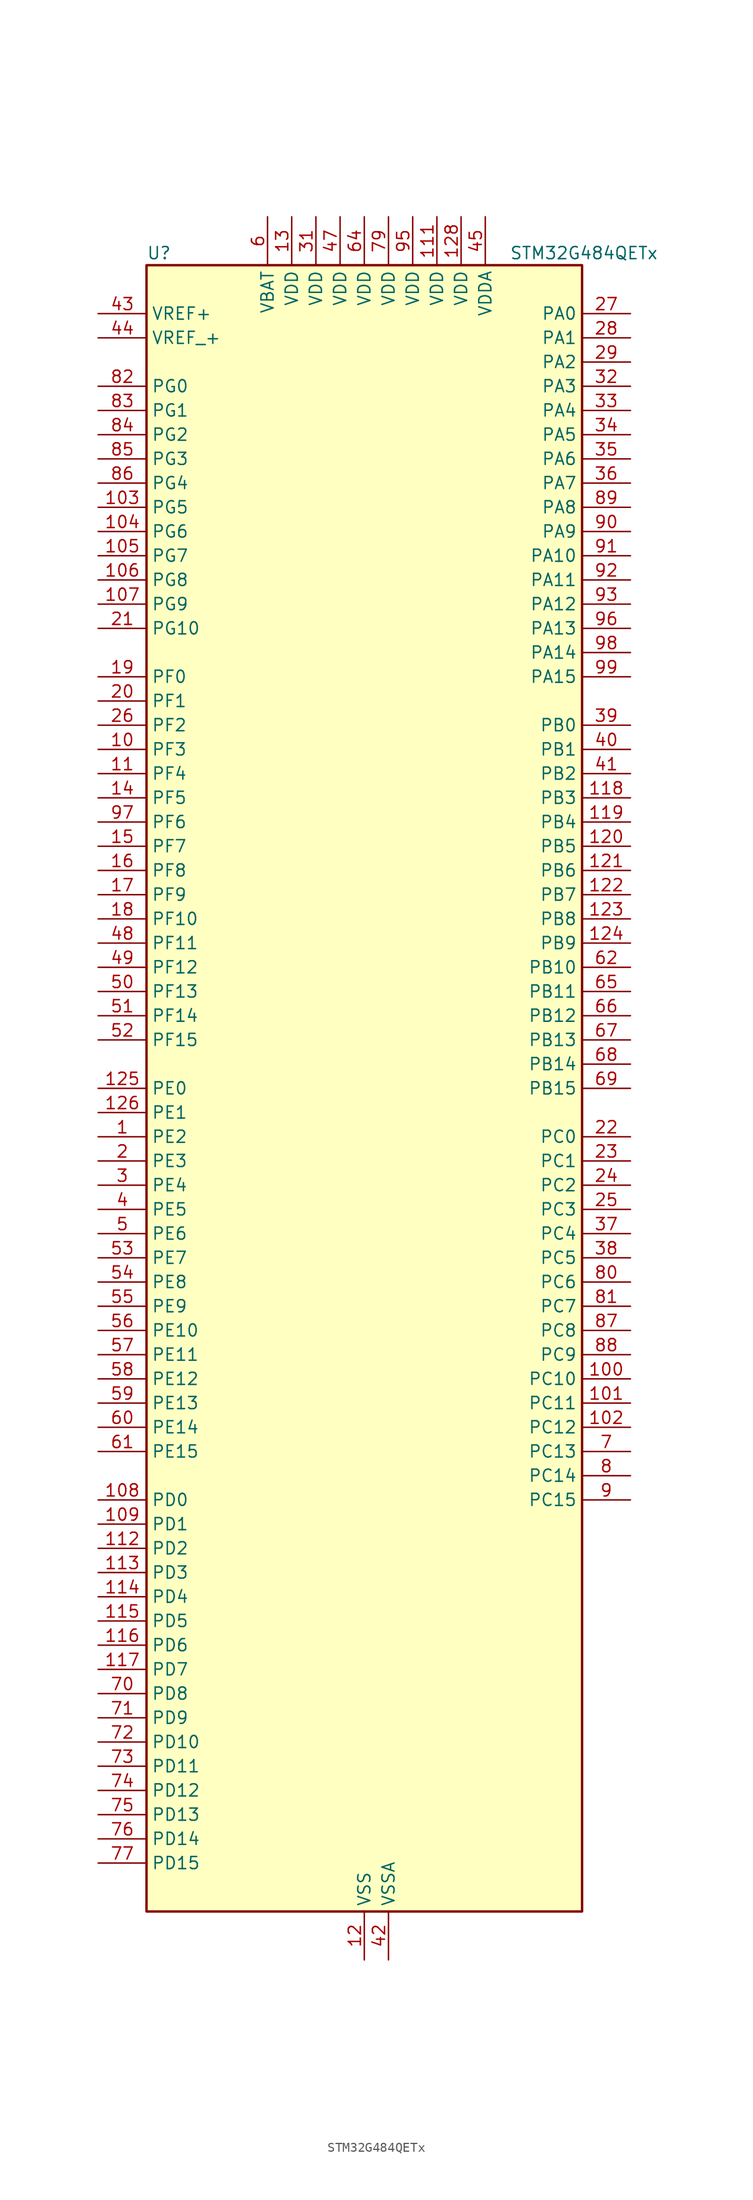
<source format=kicad_sym>
(kicad_symbol_lib
  (version 20241209)
  (generator "kicad_symbol_editor")
  (generator_version "9.0")
  (symbol "STM32G484QETx"
    (property "Reference" "U"
      (at -22.86 87.63 0)
      (effects (font (size 1.27 1.27)) (justify left)))
    (property "Value" "STM32G484QETx"
      (at 15.24 87.63 0)
      (effects (font (size 1.27 1.27)) (justify left)))
    (symbol "STM32G484QETx_0_1"
      (rectangle (start -22.86 -86.36) (end 22.86 86.36) (stroke (width 0.254) (type default)) (fill (type background))))
    (symbol "STM32G484QETx_1_1"
      (pin input line (at -27.94 81.28 0) (length 5.08) (name "VREF+" (effects (font (size 1.27 1.27)))) (number "43" (effects (font (size 1.27 1.27)))) (alternate "VREFBUF_OUT1" bidirectional line))
      (pin input line (at -27.94 78.74 0) (length 5.08) (name "VREF_+" (effects (font (size 1.27 1.27)))) (number "44" (effects (font (size 1.27 1.27)))) (alternate "VREFBUF_OUT2" bidirectional line))
      (pin bidirectional line (at -27.94 73.66 0) (length 5.08) (name "PG0" (effects (font (size 1.27 1.27)))) (number "82" (effects (font (size 1.27 1.27)))) (alternate "FMC_A10" bidirectional line) (alternate "TIM20_CH1N" bidirectional line))
      (pin bidirectional line (at -27.94 71.12 0) (length 5.08) (name "PG1" (effects (font (size 1.27 1.27)))) (number "83" (effects (font (size 1.27 1.27)))) (alternate "FMC_A11" bidirectional line) (alternate "TIM20_CH2N" bidirectional line))
      (pin bidirectional line (at -27.94 68.58 0) (length 5.08) (name "PG2" (effects (font (size 1.27 1.27)))) (number "84" (effects (font (size 1.27 1.27)))) (alternate "ADC3_EXTI2" bidirectional line) (alternate "ADC4_EXTI2" bidirectional line) (alternate "ADC5_EXTI2" bidirectional line) (alternate "FMC_A12" bidirectional line) (alternate "SPI1_SCK" bidirectional line) (alternate "TIM20_CH3N" bidirectional line))
      (pin bidirectional line (at -27.94 66.04 0) (length 5.08) (name "PG3" (effects (font (size 1.27 1.27)))) (number "85" (effects (font (size 1.27 1.27)))) (alternate "ADC3_EXTI3" bidirectional line) (alternate "ADC4_EXTI3" bidirectional line) (alternate "ADC5_EXTI3" bidirectional line) (alternate "FMC_A13" bidirectional line) (alternate "I2C4_SCL" bidirectional line) (alternate "SPI1_MISO" bidirectional line) (alternate "TIM20_BKIN" bidirectional line) (alternate "TIM20_CH4N" bidirectional line))
      (pin bidirectional line (at -27.94 63.5 0) (length 5.08) (name "PG4" (effects (font (size 1.27 1.27)))) (number "86" (effects (font (size 1.27 1.27)))) (alternate "FMC_A14" bidirectional line) (alternate "I2C4_SDA" bidirectional line) (alternate "SPI1_MOSI" bidirectional line) (alternate "TIM20_BKIN2" bidirectional line))
      (pin bidirectional line (at -27.94 60.96 0) (length 5.08) (name "PG5" (effects (font (size 1.27 1.27)))) (number "103" (effects (font (size 1.27 1.27)))) (alternate "FMC_A15" bidirectional line) (alternate "LPUART1_CTS" bidirectional line) (alternate "SPI1_NSS" bidirectional line) (alternate "TIM20_ETR" bidirectional line))
      (pin bidirectional line (at -27.94 58.42 0) (length 5.08) (name "PG6" (effects (font (size 1.27 1.27)))) (number "104" (effects (font (size 1.27 1.27)))) (alternate "FMC_INT" bidirectional line) (alternate "I2C3_SMBA" bidirectional line) (alternate "LPUART1_DE" bidirectional line) (alternate "LPUART1_RTS" bidirectional line) (alternate "TIM20_BKIN" bidirectional line))
      (pin bidirectional line (at -27.94 55.88 0) (length 5.08) (name "PG7" (effects (font (size 1.27 1.27)))) (number "105" (effects (font (size 1.27 1.27)))) (alternate "FMC_INT" bidirectional line) (alternate "I2C3_SCL" bidirectional line) (alternate "LPUART1_TX" bidirectional line) (alternate "SAI1_CK1" bidirectional line) (alternate "SAI1_MCLK_A" bidirectional line))
      (pin bidirectional line (at -27.94 53.34 0) (length 5.08) (name "PG8" (effects (font (size 1.27 1.27)))) (number "106" (effects (font (size 1.27 1.27)))) (alternate "FMC_NE3" bidirectional line) (alternate "I2C3_SDA" bidirectional line) (alternate "LPUART1_RX" bidirectional line))
      (pin bidirectional line (at -27.94 50.8 0) (length 5.08) (name "PG9" (effects (font (size 1.27 1.27)))) (number "107" (effects (font (size 1.27 1.27)))) (alternate "DAC1_EXTI9" bidirectional line) (alternate "DAC2_EXTI9" bidirectional line) (alternate "DAC3_EXTI9" bidirectional line) (alternate "DAC4_EXTI9" bidirectional line) (alternate "FMC_NCE" bidirectional line) (alternate "FMC_NE2" bidirectional line) (alternate "SPI3_SCK" bidirectional line) (alternate "TIM15_CH1N" bidirectional line) (alternate "USART1_TX" bidirectional line))
      (pin bidirectional line (at -27.94 48.26 0) (length 5.08) (name "PG10" (effects (font (size 1.27 1.27)))) (number "21" (effects (font (size 1.27 1.27)))) (alternate "DAC1_EXTI10" bidirectional line) (alternate "DAC2_EXTI10" bidirectional line) (alternate "DAC3_EXTI10" bidirectional line) (alternate "DAC4_EXTI10" bidirectional line) (alternate "RCC_MCO" bidirectional line))
      (pin bidirectional line (at -27.94 43.18 0) (length 5.08) (name "PF0" (effects (font (size 1.27 1.27)))) (number "19" (effects (font (size 1.27 1.27)))) (alternate "ADC1_IN10" bidirectional line) (alternate "I2C2_SDA" bidirectional line) (alternate "I2S2_WS" bidirectional line) (alternate "RCC_OSC_IN" bidirectional line) (alternate "SPI2_NSS" bidirectional line) (alternate "TIM1_CH3N" bidirectional line))
      (pin bidirectional line (at -27.94 40.64 0) (length 5.08) (name "PF1" (effects (font (size 1.27 1.27)))) (number "20" (effects (font (size 1.27 1.27)))) (alternate "ADC2_IN10" bidirectional line) (alternate "COMP3_INM" bidirectional line) (alternate "I2S2_CK" bidirectional line) (alternate "RCC_OSC_OUT" bidirectional line) (alternate "SPI2_SCK" bidirectional line))
      (pin bidirectional line (at -27.94 38.1 0) (length 5.08) (name "PF2" (effects (font (size 1.27 1.27)))) (number "26" (effects (font (size 1.27 1.27)))) (alternate "ADC3_EXTI2" bidirectional line) (alternate "ADC4_EXTI2" bidirectional line) (alternate "ADC5_EXTI2" bidirectional line) (alternate "FMC_A2" bidirectional line) (alternate "I2C2_SMBA" bidirectional line) (alternate "TIM20_CH3" bidirectional line))
      (pin bidirectional line (at -27.94 35.56 0) (length 5.08) (name "PF3" (effects (font (size 1.27 1.27)))) (number "10" (effects (font (size 1.27 1.27)))) (alternate "ADC3_EXTI3" bidirectional line) (alternate "ADC4_EXTI3" bidirectional line) (alternate "ADC5_EXTI3" bidirectional line) (alternate "FMC_A3" bidirectional line) (alternate "I2C3_SCL" bidirectional line) (alternate "TIM20_CH4" bidirectional line))
      (pin bidirectional line (at -27.94 33.02 0) (length 5.08) (name "PF4" (effects (font (size 1.27 1.27)))) (number "11" (effects (font (size 1.27 1.27)))) (alternate "COMP1_OUT" bidirectional line) (alternate "FMC_A4" bidirectional line) (alternate "I2C3_SDA" bidirectional line) (alternate "TIM20_CH1N" bidirectional line))
      (pin bidirectional line (at -27.94 30.48 0) (length 5.08) (name "PF5" (effects (font (size 1.27 1.27)))) (number "14" (effects (font (size 1.27 1.27)))) (alternate "FMC_A5" bidirectional line) (alternate "TIM20_CH2N" bidirectional line))
      (pin bidirectional line (at -27.94 27.94 0) (length 5.08) (name "PF6" (effects (font (size 1.27 1.27)))) (number "97" (effects (font (size 1.27 1.27)))) (alternate "I2C2_SCL" bidirectional line) (alternate "QUADSPI1_BK1_IO3" bidirectional line) (alternate "SAI1_SD_B" bidirectional line) (alternate "TIM4_CH4" bidirectional line) (alternate "TIM5_CH1" bidirectional line) (alternate "TIM5_ETR" bidirectional line) (alternate "USART3_RTS" bidirectional line))
      (pin bidirectional line (at -27.94 25.4 0) (length 5.08) (name "PF7" (effects (font (size 1.27 1.27)))) (number "15" (effects (font (size 1.27 1.27)))) (alternate "FMC_A1" bidirectional line) (alternate "QUADSPI1_BK1_IO2" bidirectional line) (alternate "SAI1_MCLK_B" bidirectional line) (alternate "TIM20_BKIN" bidirectional line) (alternate "TIM5_CH2" bidirectional line))
      (pin bidirectional line (at -27.94 22.86 0) (length 5.08) (name "PF8" (effects (font (size 1.27 1.27)))) (number "16" (effects (font (size 1.27 1.27)))) (alternate "FMC_A24" bidirectional line) (alternate "QUADSPI1_BK1_IO0" bidirectional line) (alternate "SAI1_SCK_B" bidirectional line) (alternate "TIM20_BKIN2" bidirectional line) (alternate "TIM5_CH3" bidirectional line))
      (pin bidirectional line (at -27.94 20.32 0) (length 5.08) (name "PF9" (effects (font (size 1.27 1.27)))) (number "17" (effects (font (size 1.27 1.27)))) (alternate "DAC1_EXTI9" bidirectional line) (alternate "DAC2_EXTI9" bidirectional line) (alternate "DAC3_EXTI9" bidirectional line) (alternate "DAC4_EXTI9" bidirectional line) (alternate "FMC_A25" bidirectional line) (alternate "QUADSPI1_BK1_IO1" bidirectional line) (alternate "SAI1_FS_B" bidirectional line) (alternate "SPI2_SCK" bidirectional line) (alternate "TIM15_CH1" bidirectional line) (alternate "TIM20_BKIN" bidirectional line) (alternate "TIM5_CH4" bidirectional line))
      (pin bidirectional line (at -27.94 17.78 0) (length 5.08) (name "PF10" (effects (font (size 1.27 1.27)))) (number "18" (effects (font (size 1.27 1.27)))) (alternate "DAC1_EXTI10" bidirectional line) (alternate "DAC2_EXTI10" bidirectional line) (alternate "DAC3_EXTI10" bidirectional line) (alternate "DAC4_EXTI10" bidirectional line) (alternate "FMC_A0" bidirectional line) (alternate "QUADSPI1_CLK" bidirectional line) (alternate "SAI1_D3" bidirectional line) (alternate "SPI2_SCK" bidirectional line) (alternate "TIM15_CH2" bidirectional line) (alternate "TIM20_BKIN2" bidirectional line))
      (pin bidirectional line (at -27.94 15.24 0) (length 5.08) (name "PF11" (effects (font (size 1.27 1.27)))) (number "48" (effects (font (size 1.27 1.27)))) (alternate "ADC1_EXTI11" bidirectional line) (alternate "ADC2_EXTI11" bidirectional line) (alternate "FMC_NE4" bidirectional line) (alternate "TIM20_ETR" bidirectional line))
      (pin bidirectional line (at -27.94 12.7 0) (length 5.08) (name "PF12" (effects (font (size 1.27 1.27)))) (number "49" (effects (font (size 1.27 1.27)))) (alternate "FMC_A6" bidirectional line) (alternate "TIM20_CH1" bidirectional line))
      (pin bidirectional line (at -27.94 10.16 0) (length 5.08) (name "PF13" (effects (font (size 1.27 1.27)))) (number "50" (effects (font (size 1.27 1.27)))) (alternate "FMC_A7" bidirectional line) (alternate "I2C4_SMBA" bidirectional line) (alternate "TIM20_CH2" bidirectional line))
      (pin bidirectional line (at -27.94 7.62 0) (length 5.08) (name "PF14" (effects (font (size 1.27 1.27)))) (number "51" (effects (font (size 1.27 1.27)))) (alternate "FMC_A8" bidirectional line) (alternate "I2C4_SCL" bidirectional line) (alternate "TIM20_CH3" bidirectional line))
      (pin bidirectional line (at -27.94 5.08 0) (length 5.08) (name "PF15" (effects (font (size 1.27 1.27)))) (number "52" (effects (font (size 1.27 1.27)))) (alternate "ADC1_EXTI15" bidirectional line) (alternate "ADC2_EXTI15" bidirectional line) (alternate "FMC_A9" bidirectional line) (alternate "I2C4_SDA" bidirectional line) (alternate "TIM20_CH4" bidirectional line))
      (pin bidirectional line (at -27.94 0 0) (length 5.08) (name "PE0" (effects (font (size 1.27 1.27)))) (number "125" (effects (font (size 1.27 1.27)))) (alternate "FMC_NBL0" bidirectional line) (alternate "TIM16_CH1" bidirectional line) (alternate "TIM20_CH4N" bidirectional line) (alternate "TIM20_ETR" bidirectional line) (alternate "TIM4_ETR" bidirectional line) (alternate "USART1_TX" bidirectional line))
      (pin bidirectional line (at -27.94 -2.54 0) (length 5.08) (name "PE1" (effects (font (size 1.27 1.27)))) (number "126" (effects (font (size 1.27 1.27)))) (alternate "FMC_NBL1" bidirectional line) (alternate "TIM17_CH1" bidirectional line) (alternate "TIM20_CH4" bidirectional line) (alternate "USART1_RX" bidirectional line))
      (pin bidirectional line (at -27.94 -5.08 0) (length 5.08) (name "PE2" (effects (font (size 1.27 1.27)))) (number "1" (effects (font (size 1.27 1.27)))) (alternate "ADC3_EXTI2" bidirectional line) (alternate "ADC4_EXTI2" bidirectional line) (alternate "ADC5_EXTI2" bidirectional line) (alternate "FMC_A23" bidirectional line) (alternate "SAI1_CK1" bidirectional line) (alternate "SAI1_MCLK_A" bidirectional line) (alternate "SPI4_SCK" bidirectional line) (alternate "SYS_TRACECLK" bidirectional line) (alternate "TIM20_CH1" bidirectional line) (alternate "TIM3_CH1" bidirectional line))
      (pin bidirectional line (at -27.94 -7.62 0) (length 5.08) (name "PE3" (effects (font (size 1.27 1.27)))) (number "2" (effects (font (size 1.27 1.27)))) (alternate "ADC3_EXTI3" bidirectional line) (alternate "ADC4_EXTI3" bidirectional line) (alternate "ADC5_EXTI3" bidirectional line) (alternate "FMC_A19" bidirectional line) (alternate "SAI1_SD_B" bidirectional line) (alternate "SPI4_NSS" bidirectional line) (alternate "SYS_TRACED0" bidirectional line) (alternate "TIM20_CH2" bidirectional line) (alternate "TIM3_CH2" bidirectional line))
      (pin bidirectional line (at -27.94 -10.16 0) (length 5.08) (name "PE4" (effects (font (size 1.27 1.27)))) (number "3" (effects (font (size 1.27 1.27)))) (alternate "FMC_A20" bidirectional line) (alternate "SAI1_D2" bidirectional line) (alternate "SAI1_FS_A" bidirectional line) (alternate "SPI4_NSS" bidirectional line) (alternate "SYS_TRACED1" bidirectional line) (alternate "TIM20_CH1N" bidirectional line) (alternate "TIM3_CH3" bidirectional line))
      (pin bidirectional line (at -27.94 -12.7 0) (length 5.08) (name "PE5" (effects (font (size 1.27 1.27)))) (number "4" (effects (font (size 1.27 1.27)))) (alternate "FMC_A21" bidirectional line) (alternate "SAI1_CK2" bidirectional line) (alternate "SAI1_SCK_A" bidirectional line) (alternate "SPI4_MISO" bidirectional line) (alternate "SYS_TRACED2" bidirectional line) (alternate "TIM20_CH2N" bidirectional line) (alternate "TIM3_CH4" bidirectional line))
      (pin bidirectional line (at -27.94 -15.24 0) (length 5.08) (name "PE6" (effects (font (size 1.27 1.27)))) (number "5" (effects (font (size 1.27 1.27)))) (alternate "FMC_A22" bidirectional line) (alternate "RTC_TAMP3" bidirectional line) (alternate "SAI1_D1" bidirectional line) (alternate "SAI1_SD_A" bidirectional line) (alternate "SPI4_MOSI" bidirectional line) (alternate "SYS_TRACED3" bidirectional line) (alternate "SYS_WKUP3" bidirectional line) (alternate "TIM20_CH3N" bidirectional line))
      (pin bidirectional line (at -27.94 -17.78 0) (length 5.08) (name "PE7" (effects (font (size 1.27 1.27)))) (number "53" (effects (font (size 1.27 1.27)))) (alternate "ADC3_IN4" bidirectional line) (alternate "COMP4_INP" bidirectional line) (alternate "FMC_D4" bidirectional line) (alternate "FMC_DA4" bidirectional line) (alternate "SAI1_SD_B" bidirectional line) (alternate "TIM1_ETR" bidirectional line))
      (pin bidirectional line (at -27.94 -20.32 0) (length 5.08) (name "PE8" (effects (font (size 1.27 1.27)))) (number "54" (effects (font (size 1.27 1.27)))) (alternate "ADC3_IN6" bidirectional line) (alternate "ADC4_IN6" bidirectional line) (alternate "ADC5_IN6" bidirectional line) (alternate "COMP4_INM" bidirectional line) (alternate "FMC_D5" bidirectional line) (alternate "FMC_DA5" bidirectional line) (alternate "SAI1_SCK_B" bidirectional line) (alternate "TIM1_CH1N" bidirectional line) (alternate "TIM5_CH3" bidirectional line))
      (pin bidirectional line (at -27.94 -22.86 0) (length 5.08) (name "PE9" (effects (font (size 1.27 1.27)))) (number "55" (effects (font (size 1.27 1.27)))) (alternate "ADC3_IN2" bidirectional line) (alternate "DAC1_EXTI9" bidirectional line) (alternate "DAC2_EXTI9" bidirectional line) (alternate "DAC3_EXTI9" bidirectional line) (alternate "DAC4_EXTI9" bidirectional line) (alternate "FMC_D6" bidirectional line) (alternate "FMC_DA6" bidirectional line) (alternate "SAI1_FS_B" bidirectional line) (alternate "TIM1_CH1" bidirectional line) (alternate "TIM5_CH4" bidirectional line))
      (pin bidirectional line (at -27.94 -25.4 0) (length 5.08) (name "PE10" (effects (font (size 1.27 1.27)))) (number "56" (effects (font (size 1.27 1.27)))) (alternate "ADC3_IN14" bidirectional line) (alternate "ADC4_IN14" bidirectional line) (alternate "ADC5_IN14" bidirectional line) (alternate "DAC1_EXTI10" bidirectional line) (alternate "DAC2_EXTI10" bidirectional line) (alternate "DAC3_EXTI10" bidirectional line) (alternate "DAC4_EXTI10" bidirectional line) (alternate "FMC_D7" bidirectional line) (alternate "FMC_DA7" bidirectional line) (alternate "QUADSPI1_CLK" bidirectional line) (alternate "SAI1_MCLK_B" bidirectional line) (alternate "TIM1_CH2N" bidirectional line))
      (pin bidirectional line (at -27.94 -27.94 0) (length 5.08) (name "PE11" (effects (font (size 1.27 1.27)))) (number "57" (effects (font (size 1.27 1.27)))) (alternate "ADC1_EXTI11" bidirectional line) (alternate "ADC2_EXTI11" bidirectional line) (alternate "ADC3_IN15" bidirectional line) (alternate "ADC4_IN15" bidirectional line) (alternate "ADC5_IN15" bidirectional line) (alternate "FMC_D8" bidirectional line) (alternate "FMC_DA8" bidirectional line) (alternate "QUADSPI1_BK1_NCS" bidirectional line) (alternate "SPI4_NSS" bidirectional line) (alternate "TIM1_CH2" bidirectional line))
      (pin bidirectional line (at -27.94 -30.48 0) (length 5.08) (name "PE12" (effects (font (size 1.27 1.27)))) (number "58" (effects (font (size 1.27 1.27)))) (alternate "ADC3_IN16" bidirectional line) (alternate "ADC4_IN16" bidirectional line) (alternate "ADC5_IN16" bidirectional line) (alternate "FMC_D9" bidirectional line) (alternate "FMC_DA9" bidirectional line) (alternate "QUADSPI1_BK1_IO0" bidirectional line) (alternate "SPI4_SCK" bidirectional line) (alternate "TIM1_CH3N" bidirectional line))
      (pin bidirectional line (at -27.94 -33.02 0) (length 5.08) (name "PE13" (effects (font (size 1.27 1.27)))) (number "59" (effects (font (size 1.27 1.27)))) (alternate "ADC3_IN3" bidirectional line) (alternate "FMC_D10" bidirectional line) (alternate "FMC_DA10" bidirectional line) (alternate "QUADSPI1_BK1_IO1" bidirectional line) (alternate "SPI4_MISO" bidirectional line) (alternate "TIM1_CH3" bidirectional line))
      (pin bidirectional line (at -27.94 -35.56 0) (length 5.08) (name "PE14" (effects (font (size 1.27 1.27)))) (number "60" (effects (font (size 1.27 1.27)))) (alternate "ADC4_IN1" bidirectional line) (alternate "FMC_D11" bidirectional line) (alternate "FMC_DA11" bidirectional line) (alternate "QUADSPI1_BK1_IO2" bidirectional line) (alternate "SPI4_MOSI" bidirectional line) (alternate "TIM1_BKIN2" bidirectional line) (alternate "TIM1_CH4" bidirectional line))
      (pin bidirectional line (at -27.94 -38.1 0) (length 5.08) (name "PE15" (effects (font (size 1.27 1.27)))) (number "61" (effects (font (size 1.27 1.27)))) (alternate "ADC1_EXTI15" bidirectional line) (alternate "ADC2_EXTI15" bidirectional line) (alternate "ADC4_IN2" bidirectional line) (alternate "FMC_D12" bidirectional line) (alternate "FMC_DA12" bidirectional line) (alternate "QUADSPI1_BK1_IO3" bidirectional line) (alternate "TIM1_BKIN" bidirectional line) (alternate "TIM1_CH4N" bidirectional line) (alternate "USART3_RX" bidirectional line))
      (pin bidirectional line (at -27.94 -43.18 0) (length 5.08) (name "PD0" (effects (font (size 1.27 1.27)))) (number "108" (effects (font (size 1.27 1.27)))) (alternate "FDCAN1_RX" bidirectional line) (alternate "FMC_D2" bidirectional line) (alternate "FMC_DA2" bidirectional line) (alternate "TIM8_CH4N" bidirectional line))
      (pin bidirectional line (at -27.94 -45.72 0) (length 5.08) (name "PD1" (effects (font (size 1.27 1.27)))) (number "109" (effects (font (size 1.27 1.27)))) (alternate "FDCAN1_TX" bidirectional line) (alternate "FMC_D3" bidirectional line) (alternate "FMC_DA3" bidirectional line) (alternate "TIM8_BKIN2" bidirectional line) (alternate "TIM8_CH4" bidirectional line))
      (pin bidirectional line (at -27.94 -48.26 0) (length 5.08) (name "PD2" (effects (font (size 1.27 1.27)))) (number "112" (effects (font (size 1.27 1.27)))) (alternate "ADC3_EXTI2" bidirectional line) (alternate "ADC4_EXTI2" bidirectional line) (alternate "ADC5_EXTI2" bidirectional line) (alternate "TIM3_ETR" bidirectional line) (alternate "TIM8_BKIN" bidirectional line) (alternate "UART5_RX" bidirectional line))
      (pin bidirectional line (at -27.94 -50.8 0) (length 5.08) (name "PD3" (effects (font (size 1.27 1.27)))) (number "113" (effects (font (size 1.27 1.27)))) (alternate "ADC3_EXTI3" bidirectional line) (alternate "ADC4_EXTI3" bidirectional line) (alternate "ADC5_EXTI3" bidirectional line) (alternate "FMC_CLK" bidirectional line) (alternate "QUADSPI1_BK2_NCS" bidirectional line) (alternate "TIM2_CH1" bidirectional line) (alternate "TIM2_ETR" bidirectional line) (alternate "USART2_CTS" bidirectional line) (alternate "USART2_NSS" bidirectional line))
      (pin bidirectional line (at -27.94 -53.34 0) (length 5.08) (name "PD4" (effects (font (size 1.27 1.27)))) (number "114" (effects (font (size 1.27 1.27)))) (alternate "FMC_NOE" bidirectional line) (alternate "QUADSPI1_BK2_IO0" bidirectional line) (alternate "TIM2_CH2" bidirectional line) (alternate "USART2_DE" bidirectional line) (alternate "USART2_RTS" bidirectional line))
      (pin bidirectional line (at -27.94 -55.88 0) (length 5.08) (name "PD5" (effects (font (size 1.27 1.27)))) (number "115" (effects (font (size 1.27 1.27)))) (alternate "FMC_NWE" bidirectional line) (alternate "QUADSPI1_BK2_IO1" bidirectional line) (alternate "USART2_TX" bidirectional line))
      (pin bidirectional line (at -27.94 -58.42 0) (length 5.08) (name "PD6" (effects (font (size 1.27 1.27)))) (number "116" (effects (font (size 1.27 1.27)))) (alternate "FMC_NWAIT" bidirectional line) (alternate "QUADSPI1_BK2_IO2" bidirectional line) (alternate "SAI1_D1" bidirectional line) (alternate "SAI1_SD_A" bidirectional line) (alternate "TIM2_CH4" bidirectional line) (alternate "USART2_RX" bidirectional line))
      (pin bidirectional line (at -27.94 -60.96 0) (length 5.08) (name "PD7" (effects (font (size 1.27 1.27)))) (number "117" (effects (font (size 1.27 1.27)))) (alternate "FMC_NCE" bidirectional line) (alternate "FMC_NE1" bidirectional line) (alternate "QUADSPI1_BK2_IO3" bidirectional line) (alternate "TIM2_CH3" bidirectional line) (alternate "USART2_CK" bidirectional line))
      (pin bidirectional line (at -27.94 -63.5 0) (length 5.08) (name "PD8" (effects (font (size 1.27 1.27)))) (number "70" (effects (font (size 1.27 1.27)))) (alternate "ADC4_IN12" bidirectional line) (alternate "ADC5_IN12" bidirectional line) (alternate "FMC_D13" bidirectional line) (alternate "FMC_DA13" bidirectional line) (alternate "OPAMP4_VINM" bidirectional line) (alternate "OPAMP4_VINM1" bidirectional line) (alternate "OPAMP4_VINM_SEC" bidirectional line) (alternate "USART3_TX" bidirectional line))
      (pin bidirectional line (at -27.94 -66.04 0) (length 5.08) (name "PD9" (effects (font (size 1.27 1.27)))) (number "71" (effects (font (size 1.27 1.27)))) (alternate "ADC4_IN13" bidirectional line) (alternate "ADC5_IN13" bidirectional line) (alternate "DAC1_EXTI9" bidirectional line) (alternate "DAC2_EXTI9" bidirectional line) (alternate "DAC3_EXTI9" bidirectional line) (alternate "DAC4_EXTI9" bidirectional line) (alternate "FMC_D14" bidirectional line) (alternate "FMC_DA14" bidirectional line) (alternate "OPAMP6_VINP" bidirectional line) (alternate "OPAMP6_VINP_SEC" bidirectional line) (alternate "USART3_RX" bidirectional line))
      (pin bidirectional line (at -27.94 -68.58 0) (length 5.08) (name "PD10" (effects (font (size 1.27 1.27)))) (number "72" (effects (font (size 1.27 1.27)))) (alternate "ADC3_IN7" bidirectional line) (alternate "ADC4_IN7" bidirectional line) (alternate "ADC5_IN7" bidirectional line) (alternate "COMP6_INM" bidirectional line) (alternate "DAC1_EXTI10" bidirectional line) (alternate "DAC2_EXTI10" bidirectional line) (alternate "DAC3_EXTI10" bidirectional line) (alternate "DAC4_EXTI10" bidirectional line) (alternate "FMC_D15" bidirectional line) (alternate "FMC_DA15" bidirectional line) (alternate "USART3_CK" bidirectional line))
      (pin bidirectional line (at -27.94 -71.12 0) (length 5.08) (name "PD11" (effects (font (size 1.27 1.27)))) (number "73" (effects (font (size 1.27 1.27)))) (alternate "ADC1_EXTI11" bidirectional line) (alternate "ADC2_EXTI11" bidirectional line) (alternate "ADC3_IN8" bidirectional line) (alternate "ADC4_IN8" bidirectional line) (alternate "ADC5_IN8" bidirectional line) (alternate "COMP6_INP" bidirectional line) (alternate "FMC_A16" bidirectional line) (alternate "FMC_CLE" bidirectional line) (alternate "I2C4_SMBA" bidirectional line) (alternate "OPAMP4_VINP" bidirectional line) (alternate "OPAMP4_VINP_SEC" bidirectional line) (alternate "TIM5_ETR" bidirectional line) (alternate "USART3_CTS" bidirectional line) (alternate "USART3_NSS" bidirectional line))
      (pin bidirectional line (at -27.94 -73.66 0) (length 5.08) (name "PD12" (effects (font (size 1.27 1.27)))) (number "74" (effects (font (size 1.27 1.27)))) (alternate "ADC3_IN9" bidirectional line) (alternate "ADC4_IN9" bidirectional line) (alternate "ADC5_IN9" bidirectional line) (alternate "COMP5_INP" bidirectional line) (alternate "FMC_A17" bidirectional line) (alternate "FMC_ALE" bidirectional line) (alternate "OPAMP5_VINP" bidirectional line) (alternate "OPAMP5_VINP_SEC" bidirectional line) (alternate "TIM4_CH1" bidirectional line) (alternate "USART3_DE" bidirectional line) (alternate "USART3_RTS" bidirectional line))
      (pin bidirectional line (at -27.94 -76.2 0) (length 5.08) (name "PD13" (effects (font (size 1.27 1.27)))) (number "75" (effects (font (size 1.27 1.27)))) (alternate "ADC3_IN10" bidirectional line) (alternate "ADC4_IN10" bidirectional line) (alternate "ADC5_IN10" bidirectional line) (alternate "COMP5_INM" bidirectional line) (alternate "FMC_A18" bidirectional line) (alternate "TIM4_CH2" bidirectional line))
      (pin bidirectional line (at -27.94 -78.74 0) (length 5.08) (name "PD14" (effects (font (size 1.27 1.27)))) (number "76" (effects (font (size 1.27 1.27)))) (alternate "ADC3_IN11" bidirectional line) (alternate "ADC4_IN11" bidirectional line) (alternate "ADC5_IN11" bidirectional line) (alternate "COMP7_INP" bidirectional line) (alternate "FMC_D0" bidirectional line) (alternate "FMC_DA0" bidirectional line) (alternate "OPAMP2_VINP" bidirectional line) (alternate "OPAMP2_VINP_SEC" bidirectional line) (alternate "TIM4_CH3" bidirectional line))
      (pin bidirectional line (at -27.94 -81.28 0) (length 5.08) (name "PD15" (effects (font (size 1.27 1.27)))) (number "77" (effects (font (size 1.27 1.27)))) (alternate "ADC1_EXTI15" bidirectional line) (alternate "ADC2_EXTI15" bidirectional line) (alternate "COMP7_INM" bidirectional line) (alternate "FMC_D1" bidirectional line) (alternate "FMC_DA1" bidirectional line) (alternate "SPI2_NSS" bidirectional line) (alternate "TIM4_CH4" bidirectional line))
      (pin power_in line (at -10.16 91.44 270) (length 5.08) (name "VBAT" (effects (font (size 1.27 1.27)))) (number "6" (effects (font (size 1.27 1.27)))))
      (pin power_in line (at -7.62 91.44 270) (length 5.08) (name "VDD" (effects (font (size 1.27 1.27)))) (number "13" (effects (font (size 1.27 1.27)))))
      (pin power_in line (at -5.08 91.44 270) (length 5.08) (name "VDD" (effects (font (size 1.27 1.27)))) (number "31" (effects (font (size 1.27 1.27)))))
      (pin power_in line (at -2.54 91.44 270) (length 5.08) (name "VDD" (effects (font (size 1.27 1.27)))) (number "47" (effects (font (size 1.27 1.27)))))
      (pin power_in line (at 0 91.44 270) (length 5.08) (name "VDD" (effects (font (size 1.27 1.27)))) (number "64" (effects (font (size 1.27 1.27)))))
      (pin passive line (at 0 -91.44 90) (length 5.08) (hide yes) (name "VSS" (effects (font (size 1.27 1.27)))) (number "110" (effects (font (size 1.27 1.27)))))
      (pin power_in line (at 0 -91.44 90) (length 5.08) (name "VSS" (effects (font (size 1.27 1.27)))) (number "12" (effects (font (size 1.27 1.27)))))
      (pin passive line (at 0 -91.44 90) (length 5.08) (hide yes) (name "VSS" (effects (font (size 1.27 1.27)))) (number "127" (effects (font (size 1.27 1.27)))))
      (pin passive line (at 0 -91.44 90) (length 5.08) (hide yes) (name "VSS" (effects (font (size 1.27 1.27)))) (number "30" (effects (font (size 1.27 1.27)))))
      (pin passive line (at 0 -91.44 90) (length 5.08) (hide yes) (name "VSS" (effects (font (size 1.27 1.27)))) (number "46" (effects (font (size 1.27 1.27)))))
      (pin passive line (at 0 -91.44 90) (length 5.08) (hide yes) (name "VSS" (effects (font (size 1.27 1.27)))) (number "63" (effects (font (size 1.27 1.27)))))
      (pin passive line (at 0 -91.44 90) (length 5.08) (hide yes) (name "VSS" (effects (font (size 1.27 1.27)))) (number "78" (effects (font (size 1.27 1.27)))))
      (pin passive line (at 0 -91.44 90) (length 5.08) (hide yes) (name "VSS" (effects (font (size 1.27 1.27)))) (number "94" (effects (font (size 1.27 1.27)))))
      (pin power_in line (at 2.54 91.44 270) (length 5.08) (name "VDD" (effects (font (size 1.27 1.27)))) (number "79" (effects (font (size 1.27 1.27)))))
      (pin power_in line (at 2.54 -91.44 90) (length 5.08) (name "VSSA" (effects (font (size 1.27 1.27)))) (number "42" (effects (font (size 1.27 1.27)))))
      (pin power_in line (at 5.08 91.44 270) (length 5.08) (name "VDD" (effects (font (size 1.27 1.27)))) (number "95" (effects (font (size 1.27 1.27)))))
      (pin power_in line (at 7.62 91.44 270) (length 5.08) (name "VDD" (effects (font (size 1.27 1.27)))) (number "111" (effects (font (size 1.27 1.27)))))
      (pin power_in line (at 10.16 91.44 270) (length 5.08) (name "VDD" (effects (font (size 1.27 1.27)))) (number "128" (effects (font (size 1.27 1.27)))))
      (pin power_in line (at 12.7 91.44 270) (length 5.08) (name "VDDA" (effects (font (size 1.27 1.27)))) (number "45" (effects (font (size 1.27 1.27)))))
      (pin bidirectional line (at 27.94 81.28 180) (length 5.08) (name "PA0" (effects (font (size 1.27 1.27)))) (number "27" (effects (font (size 1.27 1.27)))) (alternate "ADC1_IN1" bidirectional line) (alternate "ADC2_IN1" bidirectional line) (alternate "COMP1_INM" bidirectional line) (alternate "COMP1_OUT" bidirectional line) (alternate "COMP3_INP" bidirectional line) (alternate "RTC_TAMP2" bidirectional line) (alternate "SYS_WKUP1" bidirectional line) (alternate "TIM2_CH1" bidirectional line) (alternate "TIM2_ETR" bidirectional line) (alternate "TIM5_CH1" bidirectional line) (alternate "TIM8_BKIN" bidirectional line) (alternate "TIM8_ETR" bidirectional line) (alternate "USART2_CTS" bidirectional line) (alternate "USART2_NSS" bidirectional line))
      (pin bidirectional line (at 27.94 78.74 180) (length 5.08) (name "PA1" (effects (font (size 1.27 1.27)))) (number "28" (effects (font (size 1.27 1.27)))) (alternate "ADC1_IN2" bidirectional line) (alternate "ADC2_IN2" bidirectional line) (alternate "COMP1_INP" bidirectional line) (alternate "OPAMP1_VINP" bidirectional line) (alternate "OPAMP1_VINP_SEC" bidirectional line) (alternate "OPAMP3_VINP" bidirectional line) (alternate "OPAMP3_VINP_SEC" bidirectional line) (alternate "OPAMP6_VINM" bidirectional line) (alternate "OPAMP6_VINM0" bidirectional line) (alternate "OPAMP6_VINM_SEC" bidirectional line) (alternate "RTC_REFIN" bidirectional line) (alternate "TIM15_CH1N" bidirectional line) (alternate "TIM2_CH2" bidirectional line) (alternate "TIM5_CH2" bidirectional line) (alternate "USART2_DE" bidirectional line) (alternate "USART2_RTS" bidirectional line))
      (pin bidirectional line (at 27.94 76.2 180) (length 5.08) (name "PA2" (effects (font (size 1.27 1.27)))) (number "29" (effects (font (size 1.27 1.27)))) (alternate "ADC1_IN3" bidirectional line) (alternate "ADC3_EXTI2" bidirectional line) (alternate "ADC4_EXTI2" bidirectional line) (alternate "ADC5_EXTI2" bidirectional line) (alternate "COMP2_INM" bidirectional line) (alternate "COMP2_OUT" bidirectional line) (alternate "LPUART1_TX" bidirectional line) (alternate "OPAMP1_VOUT" bidirectional line) (alternate "QUADSPI1_BK1_NCS" bidirectional line) (alternate "RCC_LSCO" bidirectional line) (alternate "SYS_WKUP4" bidirectional line) (alternate "TIM15_CH1" bidirectional line) (alternate "TIM2_CH3" bidirectional line) (alternate "TIM5_CH3" bidirectional line) (alternate "UCPD1_FRSTX1" bidirectional line) (alternate "UCPD1_FRSTX2" bidirectional line) (alternate "USART2_TX" bidirectional line))
      (pin bidirectional line (at 27.94 73.66 180) (length 5.08) (name "PA3" (effects (font (size 1.27 1.27)))) (number "32" (effects (font (size 1.27 1.27)))) (alternate "ADC1_IN4" bidirectional line) (alternate "ADC3_EXTI3" bidirectional line) (alternate "ADC4_EXTI3" bidirectional line) (alternate "ADC5_EXTI3" bidirectional line) (alternate "COMP2_INP" bidirectional line) (alternate "LPUART1_RX" bidirectional line) (alternate "OPAMP1_VINM" bidirectional line) (alternate "OPAMP1_VINM0" bidirectional line) (alternate "OPAMP1_VINM_SEC" bidirectional line) (alternate "OPAMP1_VINP" bidirectional line) (alternate "OPAMP1_VINP_SEC" bidirectional line) (alternate "OPAMP5_VINM" bidirectional line) (alternate "OPAMP5_VINM1" bidirectional line) (alternate "OPAMP5_VINM_SEC" bidirectional line) (alternate "QUADSPI1_CLK" bidirectional line) (alternate "SAI1_CK1" bidirectional line) (alternate "SAI1_MCLK_A" bidirectional line) (alternate "TIM15_CH2" bidirectional line) (alternate "TIM2_CH4" bidirectional line) (alternate "TIM5_CH4" bidirectional line) (alternate "USART2_RX" bidirectional line))
      (pin bidirectional line (at 27.94 71.12 180) (length 5.08) (name "PA4" (effects (font (size 1.27 1.27)))) (number "33" (effects (font (size 1.27 1.27)))) (alternate "ADC2_IN17" bidirectional line) (alternate "COMP1_INM" bidirectional line) (alternate "DAC1_OUT1" bidirectional line) (alternate "I2S3_WS" bidirectional line) (alternate "SAI1_FS_B" bidirectional line) (alternate "SPI1_NSS" bidirectional line) (alternate "SPI3_NSS" bidirectional line) (alternate "TIM3_CH2" bidirectional line) (alternate "USART2_CK" bidirectional line))
      (pin bidirectional line (at 27.94 68.58 180) (length 5.08) (name "PA5" (effects (font (size 1.27 1.27)))) (number "34" (effects (font (size 1.27 1.27)))) (alternate "ADC2_IN13" bidirectional line) (alternate "COMP2_INM" bidirectional line) (alternate "DAC1_OUT2" bidirectional line) (alternate "OPAMP2_VINM" bidirectional line) (alternate "OPAMP2_VINM0" bidirectional line) (alternate "OPAMP2_VINM_SEC" bidirectional line) (alternate "SPI1_SCK" bidirectional line) (alternate "TIM2_CH1" bidirectional line) (alternate "TIM2_ETR" bidirectional line) (alternate "UCPD1_FRSTX1" bidirectional line) (alternate "UCPD1_FRSTX2" bidirectional line))
      (pin bidirectional line (at 27.94 66.04 180) (length 5.08) (name "PA6" (effects (font (size 1.27 1.27)))) (number "35" (effects (font (size 1.27 1.27)))) (alternate "ADC2_IN3" bidirectional line) (alternate "COMP1_OUT" bidirectional line) (alternate "DAC2_OUT1" bidirectional line) (alternate "LPUART1_CTS" bidirectional line) (alternate "OPAMP2_VOUT" bidirectional line) (alternate "QUADSPI1_BK1_IO3" bidirectional line) (alternate "SPI1_MISO" bidirectional line) (alternate "TIM16_CH1" bidirectional line) (alternate "TIM1_BKIN" bidirectional line) (alternate "TIM3_CH1" bidirectional line) (alternate "TIM8_BKIN" bidirectional line))
      (pin bidirectional line (at 27.94 63.5 180) (length 5.08) (name "PA7" (effects (font (size 1.27 1.27)))) (number "36" (effects (font (size 1.27 1.27)))) (alternate "ADC2_IN4" bidirectional line) (alternate "COMP2_INP" bidirectional line) (alternate "COMP2_OUT" bidirectional line) (alternate "OPAMP1_VINP" bidirectional line) (alternate "OPAMP1_VINP_SEC" bidirectional line) (alternate "OPAMP2_VINP" bidirectional line) (alternate "OPAMP2_VINP_SEC" bidirectional line) (alternate "QUADSPI1_BK1_IO2" bidirectional line) (alternate "SPI1_MOSI" bidirectional line) (alternate "TIM17_CH1" bidirectional line) (alternate "TIM1_CH1N" bidirectional line) (alternate "TIM3_CH2" bidirectional line) (alternate "TIM8_CH1N" bidirectional line) (alternate "UCPD1_FRSTX1" bidirectional line) (alternate "UCPD1_FRSTX2" bidirectional line))
      (pin bidirectional line (at 27.94 60.96 180) (length 5.08) (name "PA8" (effects (font (size 1.27 1.27)))) (number "89" (effects (font (size 1.27 1.27)))) (alternate "ADC5_IN1" bidirectional line) (alternate "COMP7_OUT" bidirectional line) (alternate "FDCAN3_RX" bidirectional line) (alternate "HRTIM1_CHA1" bidirectional line) (alternate "I2C2_SDA" bidirectional line) (alternate "I2C3_SCL" bidirectional line) (alternate "I2S2_MCK" bidirectional line) (alternate "OPAMP5_VOUT" bidirectional line) (alternate "RCC_MCO" bidirectional line) (alternate "SAI1_CK2" bidirectional line) (alternate "SAI1_SCK_A" bidirectional line) (alternate "TIM1_CH1" bidirectional line) (alternate "TIM4_ETR" bidirectional line) (alternate "USART1_CK" bidirectional line))
      (pin bidirectional line (at 27.94 58.42 180) (length 5.08) (name "PA9" (effects (font (size 1.27 1.27)))) (number "90" (effects (font (size 1.27 1.27)))) (alternate "ADC5_IN2" bidirectional line) (alternate "COMP5_OUT" bidirectional line) (alternate "DAC1_EXTI9" bidirectional line) (alternate "DAC2_EXTI9" bidirectional line) (alternate "DAC3_EXTI9" bidirectional line) (alternate "DAC4_EXTI9" bidirectional line) (alternate "HRTIM1_CHA2" bidirectional line) (alternate "I2C2_SCL" bidirectional line) (alternate "I2C3_SMBA" bidirectional line) (alternate "I2S3_MCK" bidirectional line) (alternate "SAI1_FS_A" bidirectional line) (alternate "TIM15_BKIN" bidirectional line) (alternate "TIM1_CH2" bidirectional line) (alternate "TIM2_CH3" bidirectional line) (alternate "UCPD1_DBCC1" bidirectional line) (alternate "USART1_TX" bidirectional line))
      (pin bidirectional line (at 27.94 55.88 180) (length 5.08) (name "PA10" (effects (font (size 1.27 1.27)))) (number "91" (effects (font (size 1.27 1.27)))) (alternate "COMP6_OUT" bidirectional line) (alternate "CRS_SYNC" bidirectional line) (alternate "DAC1_EXTI10" bidirectional line) (alternate "DAC2_EXTI10" bidirectional line) (alternate "DAC3_EXTI10" bidirectional line) (alternate "DAC4_EXTI10" bidirectional line) (alternate "HRTIM1_CHB1" bidirectional line) (alternate "I2C2_SMBA" bidirectional line) (alternate "SAI1_D1" bidirectional line) (alternate "SAI1_SD_A" bidirectional line) (alternate "SPI2_MISO" bidirectional line) (alternate "TIM17_BKIN" bidirectional line) (alternate "TIM1_CH3" bidirectional line) (alternate "TIM2_CH4" bidirectional line) (alternate "TIM8_BKIN" bidirectional line) (alternate "UCPD1_DBCC2" bidirectional line) (alternate "USART1_RX" bidirectional line))
      (pin bidirectional line (at 27.94 53.34 180) (length 5.08) (name "PA11" (effects (font (size 1.27 1.27)))) (number "92" (effects (font (size 1.27 1.27)))) (alternate "ADC1_EXTI11" bidirectional line) (alternate "ADC2_EXTI11" bidirectional line) (alternate "COMP1_OUT" bidirectional line) (alternate "FDCAN1_RX" bidirectional line) (alternate "HRTIM1_CHB2" bidirectional line) (alternate "I2S2_SD" bidirectional line) (alternate "SPI2_MOSI" bidirectional line) (alternate "TIM1_BKIN2" bidirectional line) (alternate "TIM1_CH1N" bidirectional line) (alternate "TIM1_CH4" bidirectional line) (alternate "TIM4_CH1" bidirectional line) (alternate "USART1_CTS" bidirectional line) (alternate "USART1_NSS" bidirectional line) (alternate "USB_DM" bidirectional line))
      (pin bidirectional line (at 27.94 50.8 180) (length 5.08) (name "PA12" (effects (font (size 1.27 1.27)))) (number "93" (effects (font (size 1.27 1.27)))) (alternate "COMP2_OUT" bidirectional line) (alternate "FDCAN1_TX" bidirectional line) (alternate "HRTIM1_FLT1" bidirectional line) (alternate "I2S_CKIN" bidirectional line) (alternate "TIM16_CH1" bidirectional line) (alternate "TIM1_CH2N" bidirectional line) (alternate "TIM1_ETR" bidirectional line) (alternate "TIM4_CH2" bidirectional line) (alternate "USART1_DE" bidirectional line) (alternate "USART1_RTS" bidirectional line) (alternate "USB_DP" bidirectional line))
      (pin bidirectional line (at 27.94 48.26 180) (length 5.08) (name "PA13" (effects (font (size 1.27 1.27)))) (number "96" (effects (font (size 1.27 1.27)))) (alternate "I2C1_SCL" bidirectional line) (alternate "I2C4_SCL" bidirectional line) (alternate "IR_OUT" bidirectional line) (alternate "SAI1_SD_B" bidirectional line) (alternate "SYS_JTMS-SWDIO" bidirectional line) (alternate "TIM16_CH1N" bidirectional line) (alternate "TIM4_CH3" bidirectional line) (alternate "USART3_CTS" bidirectional line) (alternate "USART3_NSS" bidirectional line))
      (pin bidirectional line (at 27.94 45.72 180) (length 5.08) (name "PA14" (effects (font (size 1.27 1.27)))) (number "98" (effects (font (size 1.27 1.27)))) (alternate "I2C1_SDA" bidirectional line) (alternate "I2C4_SMBA" bidirectional line) (alternate "LPTIM1_OUT" bidirectional line) (alternate "SAI1_FS_B" bidirectional line) (alternate "SYS_JTCK-SWCLK" bidirectional line) (alternate "TIM1_BKIN" bidirectional line) (alternate "TIM8_CH2" bidirectional line) (alternate "USART2_TX" bidirectional line))
      (pin bidirectional line (at 27.94 43.18 180) (length 5.08) (name "PA15" (effects (font (size 1.27 1.27)))) (number "99" (effects (font (size 1.27 1.27)))) (alternate "ADC1_EXTI15" bidirectional line) (alternate "ADC2_EXTI15" bidirectional line) (alternate "FDCAN3_TX" bidirectional line) (alternate "HRTIM1_FLT2" bidirectional line) (alternate "I2C1_SCL" bidirectional line) (alternate "I2S3_WS" bidirectional line) (alternate "SPI1_NSS" bidirectional line) (alternate "SPI3_NSS" bidirectional line) (alternate "SYS_JTDI" bidirectional line) (alternate "TIM1_BKIN" bidirectional line) (alternate "TIM2_CH1" bidirectional line) (alternate "TIM2_ETR" bidirectional line) (alternate "TIM8_CH1" bidirectional line) (alternate "UART4_DE" bidirectional line) (alternate "UART4_RTS" bidirectional line) (alternate "USART2_RX" bidirectional line))
      (pin bidirectional line (at 27.94 38.1 180) (length 5.08) (name "PB0" (effects (font (size 1.27 1.27)))) (number "39" (effects (font (size 1.27 1.27)))) (alternate "ADC1_IN15" bidirectional line) (alternate "ADC3_IN12" bidirectional line) (alternate "COMP4_INP" bidirectional line) (alternate "HRTIM1_FLT5" bidirectional line) (alternate "OPAMP2_VINP" bidirectional line) (alternate "OPAMP2_VINP_SEC" bidirectional line) (alternate "OPAMP3_VINP" bidirectional line) (alternate "OPAMP3_VINP_SEC" bidirectional line) (alternate "QUADSPI1_BK1_IO1" bidirectional line) (alternate "TIM1_CH2N" bidirectional line) (alternate "TIM3_CH3" bidirectional line) (alternate "TIM8_CH2N" bidirectional line) (alternate "UCPD1_FRSTX1" bidirectional line) (alternate "UCPD1_FRSTX2" bidirectional line))
      (pin bidirectional line (at 27.94 35.56 180) (length 5.08) (name "PB1" (effects (font (size 1.27 1.27)))) (number "40" (effects (font (size 1.27 1.27)))) (alternate "ADC1_IN12" bidirectional line) (alternate "ADC3_IN1" bidirectional line) (alternate "COMP1_INP" bidirectional line) (alternate "COMP4_OUT" bidirectional line) (alternate "HRTIM1_SCOUT" bidirectional line) (alternate "LPUART1_DE" bidirectional line) (alternate "LPUART1_RTS" bidirectional line) (alternate "OPAMP3_VOUT" bidirectional line) (alternate "OPAMP6_VINM" bidirectional line) (alternate "OPAMP6_VINM1" bidirectional line) (alternate "OPAMP6_VINM_SEC" bidirectional line) (alternate "QUADSPI1_BK1_IO0" bidirectional line) (alternate "TIM1_CH3N" bidirectional line) (alternate "TIM3_CH4" bidirectional line) (alternate "TIM8_CH3N" bidirectional line))
      (pin bidirectional line (at 27.94 33.02 180) (length 5.08) (name "PB2" (effects (font (size 1.27 1.27)))) (number "41" (effects (font (size 1.27 1.27)))) (alternate "ADC2_IN12" bidirectional line) (alternate "ADC3_EXTI2" bidirectional line) (alternate "ADC4_EXTI2" bidirectional line) (alternate "ADC5_EXTI2" bidirectional line) (alternate "COMP4_INM" bidirectional line) (alternate "HRTIM1_SCIN" bidirectional line) (alternate "I2C3_SMBA" bidirectional line) (alternate "LPTIM1_OUT" bidirectional line) (alternate "OPAMP3_VINM" bidirectional line) (alternate "OPAMP3_VINM0" bidirectional line) (alternate "OPAMP3_VINM_SEC" bidirectional line) (alternate "QUADSPI1_BK2_IO1" bidirectional line) (alternate "RTC_OUT2" bidirectional line) (alternate "TIM20_CH1" bidirectional line) (alternate "TIM5_CH1" bidirectional line))
      (pin bidirectional line (at 27.94 30.48 180) (length 5.08) (name "PB3" (effects (font (size 1.27 1.27)))) (number "118" (effects (font (size 1.27 1.27)))) (alternate "ADC3_EXTI3" bidirectional line) (alternate "ADC4_EXTI3" bidirectional line) (alternate "ADC5_EXTI3" bidirectional line) (alternate "CRS_SYNC" bidirectional line) (alternate "FDCAN3_RX" bidirectional line) (alternate "HRTIM1_EEV9" bidirectional line) (alternate "HRTIM1_SCOUT" bidirectional line) (alternate "I2S3_CK" bidirectional line) (alternate "SAI1_SCK_B" bidirectional line) (alternate "SPI1_SCK" bidirectional line) (alternate "SPI3_SCK" bidirectional line) (alternate "SYS_JTDO-SWO" bidirectional line) (alternate "TIM2_CH2" bidirectional line) (alternate "TIM3_ETR" bidirectional line) (alternate "TIM4_ETR" bidirectional line) (alternate "TIM8_CH1N" bidirectional line) (alternate "USART2_TX" bidirectional line))
      (pin bidirectional line (at 27.94 27.94 180) (length 5.08) (name "PB4" (effects (font (size 1.27 1.27)))) (number "119" (effects (font (size 1.27 1.27)))) (alternate "FDCAN3_TX" bidirectional line) (alternate "HRTIM1_EEV7" bidirectional line) (alternate "SAI1_MCLK_B" bidirectional line) (alternate "SPI1_MISO" bidirectional line) (alternate "SPI3_MISO" bidirectional line) (alternate "SYS_JTRST" bidirectional line) (alternate "TIM16_CH1" bidirectional line) (alternate "TIM17_BKIN" bidirectional line) (alternate "TIM3_CH1" bidirectional line) (alternate "TIM8_CH2N" bidirectional line) (alternate "UART5_DE" bidirectional line) (alternate "UART5_RTS" bidirectional line) (alternate "UCPD1_CC2" bidirectional line) (alternate "USART2_RX" bidirectional line))
      (pin bidirectional line (at 27.94 25.4 180) (length 5.08) (name "PB5" (effects (font (size 1.27 1.27)))) (number "120" (effects (font (size 1.27 1.27)))) (alternate "FDCAN2_RX" bidirectional line) (alternate "HRTIM1_EEV6" bidirectional line) (alternate "I2C1_SMBA" bidirectional line) (alternate "I2C3_SDA" bidirectional line) (alternate "I2S3_SD" bidirectional line) (alternate "LPTIM1_IN1" bidirectional line) (alternate "SAI1_SD_B" bidirectional line) (alternate "SPI1_MOSI" bidirectional line) (alternate "SPI3_MOSI" bidirectional line) (alternate "TIM16_BKIN" bidirectional line) (alternate "TIM17_CH1" bidirectional line) (alternate "TIM3_CH2" bidirectional line) (alternate "TIM8_CH3N" bidirectional line) (alternate "UART5_CTS" bidirectional line) (alternate "USART2_CK" bidirectional line))
      (pin bidirectional line (at 27.94 22.86 180) (length 5.08) (name "PB6" (effects (font (size 1.27 1.27)))) (number "121" (effects (font (size 1.27 1.27)))) (alternate "COMP4_OUT" bidirectional line) (alternate "FDCAN2_TX" bidirectional line) (alternate "HRTIM1_EEV4" bidirectional line) (alternate "HRTIM1_SCIN" bidirectional line) (alternate "LPTIM1_ETR" bidirectional line) (alternate "SAI1_FS_B" bidirectional line) (alternate "TIM16_CH1N" bidirectional line) (alternate "TIM4_CH1" bidirectional line) (alternate "TIM8_BKIN2" bidirectional line) (alternate "TIM8_CH1" bidirectional line) (alternate "TIM8_ETR" bidirectional line) (alternate "UCPD1_CC1" bidirectional line) (alternate "USART1_TX" bidirectional line))
      (pin bidirectional line (at 27.94 20.32 180) (length 5.08) (name "PB7" (effects (font (size 1.27 1.27)))) (number "122" (effects (font (size 1.27 1.27)))) (alternate "COMP3_OUT" bidirectional line) (alternate "FMC_NL" bidirectional line) (alternate "HRTIM1_EEV3" bidirectional line) (alternate "I2C1_SDA" bidirectional line) (alternate "I2C4_SDA" bidirectional line) (alternate "LPTIM1_IN2" bidirectional line) (alternate "SYS_PVD_IN" bidirectional line) (alternate "TIM17_CH1N" bidirectional line) (alternate "TIM3_CH4" bidirectional line) (alternate "TIM4_CH2" bidirectional line) (alternate "TIM8_BKIN" bidirectional line) (alternate "UART4_CTS" bidirectional line) (alternate "USART1_RX" bidirectional line))
      (pin bidirectional line (at 27.94 17.78 180) (length 5.08) (name "PB8" (effects (font (size 1.27 1.27)))) (number "123" (effects (font (size 1.27 1.27)))) (alternate "COMP1_OUT" bidirectional line) (alternate "FDCAN1_RX" bidirectional line) (alternate "HRTIM1_EEV8" bidirectional line) (alternate "I2C1_SCL" bidirectional line) (alternate "SAI1_CK1" bidirectional line) (alternate "SAI1_MCLK_A" bidirectional line) (alternate "TIM16_CH1" bidirectional line) (alternate "TIM1_BKIN" bidirectional line) (alternate "TIM4_CH3" bidirectional line) (alternate "TIM8_CH2" bidirectional line) (alternate "USART3_RX" bidirectional line))
      (pin bidirectional line (at 27.94 15.24 180) (length 5.08) (name "PB9" (effects (font (size 1.27 1.27)))) (number "124" (effects (font (size 1.27 1.27)))) (alternate "COMP2_OUT" bidirectional line) (alternate "DAC1_EXTI9" bidirectional line) (alternate "DAC2_EXTI9" bidirectional line) (alternate "DAC3_EXTI9" bidirectional line) (alternate "DAC4_EXTI9" bidirectional line) (alternate "FDCAN1_TX" bidirectional line) (alternate "HRTIM1_EEV5" bidirectional line) (alternate "I2C1_SDA" bidirectional line) (alternate "IR_OUT" bidirectional line) (alternate "SAI1_D2" bidirectional line) (alternate "SAI1_FS_A" bidirectional line) (alternate "TIM17_CH1" bidirectional line) (alternate "TIM1_CH3N" bidirectional line) (alternate "TIM4_CH4" bidirectional line) (alternate "TIM8_CH3" bidirectional line) (alternate "USART3_TX" bidirectional line))
      (pin bidirectional line (at 27.94 12.7 180) (length 5.08) (name "PB10" (effects (font (size 1.27 1.27)))) (number "62" (effects (font (size 1.27 1.27)))) (alternate "COMP5_INM" bidirectional line) (alternate "DAC1_EXTI10" bidirectional line) (alternate "DAC2_EXTI10" bidirectional line) (alternate "DAC3_EXTI10" bidirectional line) (alternate "DAC4_EXTI10" bidirectional line) (alternate "HRTIM1_FLT3" bidirectional line) (alternate "LPUART1_RX" bidirectional line) (alternate "OPAMP3_VINM" bidirectional line) (alternate "OPAMP3_VINM1" bidirectional line) (alternate "OPAMP3_VINM_SEC" bidirectional line) (alternate "OPAMP4_VINM" bidirectional line) (alternate "OPAMP4_VINM0" bidirectional line) (alternate "OPAMP4_VINM_SEC" bidirectional line) (alternate "QUADSPI1_CLK" bidirectional line) (alternate "SAI1_SCK_A" bidirectional line) (alternate "TIM1_BKIN" bidirectional line) (alternate "TIM2_CH3" bidirectional line) (alternate "USART3_TX" bidirectional line))
      (pin bidirectional line (at 27.94 10.16 180) (length 5.08) (name "PB11" (effects (font (size 1.27 1.27)))) (number "65" (effects (font (size 1.27 1.27)))) (alternate "ADC1_EXTI11" bidirectional line) (alternate "ADC1_IN14" bidirectional line) (alternate "ADC2_EXTI11" bidirectional line) (alternate "ADC2_IN14" bidirectional line) (alternate "COMP6_INP" bidirectional line) (alternate "HRTIM1_FLT4" bidirectional line) (alternate "LPUART1_TX" bidirectional line) (alternate "OPAMP4_VINP" bidirectional line) (alternate "OPAMP4_VINP_SEC" bidirectional line) (alternate "OPAMP6_VOUT" bidirectional line) (alternate "QUADSPI1_BK1_NCS" bidirectional line) (alternate "TIM2_CH4" bidirectional line) (alternate "USART3_RX" bidirectional line))
      (pin bidirectional line (at 27.94 7.62 180) (length 5.08) (name "PB12" (effects (font (size 1.27 1.27)))) (number "66" (effects (font (size 1.27 1.27)))) (alternate "ADC1_IN11" bidirectional line) (alternate "ADC4_IN3" bidirectional line) (alternate "COMP7_INM" bidirectional line) (alternate "FDCAN2_RX" bidirectional line) (alternate "HRTIM1_CHC1" bidirectional line) (alternate "I2C2_SMBA" bidirectional line) (alternate "I2S2_WS" bidirectional line) (alternate "LPUART1_DE" bidirectional line) (alternate "LPUART1_RTS" bidirectional line) (alternate "OPAMP4_VOUT" bidirectional line) (alternate "OPAMP6_VINP" bidirectional line) (alternate "OPAMP6_VINP_SEC" bidirectional line) (alternate "SPI2_NSS" bidirectional line) (alternate "TIM1_BKIN" bidirectional line) (alternate "TIM5_ETR" bidirectional line) (alternate "USART3_CK" bidirectional line))
      (pin bidirectional line (at 27.94 5.08 180) (length 5.08) (name "PB13" (effects (font (size 1.27 1.27)))) (number "67" (effects (font (size 1.27 1.27)))) (alternate "ADC3_IN5" bidirectional line) (alternate "COMP5_INP" bidirectional line) (alternate "FDCAN2_TX" bidirectional line) (alternate "HRTIM1_CHC2" bidirectional line) (alternate "I2S2_CK" bidirectional line) (alternate "LPUART1_CTS" bidirectional line) (alternate "OPAMP3_VINP" bidirectional line) (alternate "OPAMP3_VINP_SEC" bidirectional line) (alternate "OPAMP4_VINP" bidirectional line) (alternate "OPAMP4_VINP_SEC" bidirectional line) (alternate "OPAMP6_VINP" bidirectional line) (alternate "OPAMP6_VINP_SEC" bidirectional line) (alternate "SPI2_SCK" bidirectional line) (alternate "TIM1_CH1N" bidirectional line) (alternate "USART3_CTS" bidirectional line) (alternate "USART3_NSS" bidirectional line))
      (pin bidirectional line (at 27.94 2.54 180) (length 5.08) (name "PB14" (effects (font (size 1.27 1.27)))) (number "68" (effects (font (size 1.27 1.27)))) (alternate "ADC1_IN5" bidirectional line) (alternate "ADC4_IN4" bidirectional line) (alternate "COMP4_OUT" bidirectional line) (alternate "COMP7_INP" bidirectional line) (alternate "HRTIM1_CHD1" bidirectional line) (alternate "OPAMP2_VINP" bidirectional line) (alternate "OPAMP2_VINP_SEC" bidirectional line) (alternate "OPAMP5_VINP" bidirectional line) (alternate "OPAMP5_VINP_SEC" bidirectional line) (alternate "SPI2_MISO" bidirectional line) (alternate "TIM15_CH1" bidirectional line) (alternate "TIM1_CH2N" bidirectional line) (alternate "USART3_DE" bidirectional line) (alternate "USART3_RTS" bidirectional line))
      (pin bidirectional line (at 27.94 0 180) (length 5.08) (name "PB15" (effects (font (size 1.27 1.27)))) (number "69" (effects (font (size 1.27 1.27)))) (alternate "ADC1_EXTI15" bidirectional line) (alternate "ADC2_EXTI15" bidirectional line) (alternate "ADC2_IN15" bidirectional line) (alternate "ADC4_IN5" bidirectional line) (alternate "COMP3_OUT" bidirectional line) (alternate "COMP6_INM" bidirectional line) (alternate "HRTIM1_CHD2" bidirectional line) (alternate "I2S2_SD" bidirectional line) (alternate "OPAMP5_VINM" bidirectional line) (alternate "OPAMP5_VINM0" bidirectional line) (alternate "OPAMP5_VINM_SEC" bidirectional line) (alternate "RTC_REFIN" bidirectional line) (alternate "SPI2_MOSI" bidirectional line) (alternate "TIM15_CH1N" bidirectional line) (alternate "TIM15_CH2" bidirectional line) (alternate "TIM1_CH3N" bidirectional line))
      (pin bidirectional line (at 27.94 -5.08 180) (length 5.08) (name "PC0" (effects (font (size 1.27 1.27)))) (number "22" (effects (font (size 1.27 1.27)))) (alternate "ADC1_IN6" bidirectional line) (alternate "ADC2_IN6" bidirectional line) (alternate "COMP3_INM" bidirectional line) (alternate "LPTIM1_IN1" bidirectional line) (alternate "LPUART1_RX" bidirectional line) (alternate "TIM1_CH1" bidirectional line))
      (pin bidirectional line (at 27.94 -7.62 180) (length 5.08) (name "PC1" (effects (font (size 1.27 1.27)))) (number "23" (effects (font (size 1.27 1.27)))) (alternate "ADC1_IN7" bidirectional line) (alternate "ADC2_IN7" bidirectional line) (alternate "COMP3_INP" bidirectional line) (alternate "LPTIM1_OUT" bidirectional line) (alternate "LPUART1_TX" bidirectional line) (alternate "QUADSPI1_BK2_IO0" bidirectional line) (alternate "SAI1_SD_A" bidirectional line) (alternate "TIM1_CH2" bidirectional line))
      (pin bidirectional line (at 27.94 -10.16 180) (length 5.08) (name "PC2" (effects (font (size 1.27 1.27)))) (number "24" (effects (font (size 1.27 1.27)))) (alternate "ADC1_IN8" bidirectional line) (alternate "ADC2_IN8" bidirectional line) (alternate "ADC3_EXTI2" bidirectional line) (alternate "ADC4_EXTI2" bidirectional line) (alternate "ADC5_EXTI2" bidirectional line) (alternate "COMP3_OUT" bidirectional line) (alternate "LPTIM1_IN2" bidirectional line) (alternate "QUADSPI1_BK2_IO1" bidirectional line) (alternate "TIM1_CH3" bidirectional line) (alternate "TIM20_CH2" bidirectional line))
      (pin bidirectional line (at 27.94 -12.7 180) (length 5.08) (name "PC3" (effects (font (size 1.27 1.27)))) (number "25" (effects (font (size 1.27 1.27)))) (alternate "ADC1_IN9" bidirectional line) (alternate "ADC2_IN9" bidirectional line) (alternate "ADC3_EXTI3" bidirectional line) (alternate "ADC4_EXTI3" bidirectional line) (alternate "ADC5_EXTI3" bidirectional line) (alternate "LPTIM1_ETR" bidirectional line) (alternate "OPAMP5_VINP" bidirectional line) (alternate "OPAMP5_VINP_SEC" bidirectional line) (alternate "QUADSPI1_BK2_IO2" bidirectional line) (alternate "SAI1_D1" bidirectional line) (alternate "SAI1_SD_A" bidirectional line) (alternate "TIM1_BKIN2" bidirectional line) (alternate "TIM1_CH4" bidirectional line))
      (pin bidirectional line (at 27.94 -15.24 180) (length 5.08) (name "PC4" (effects (font (size 1.27 1.27)))) (number "37" (effects (font (size 1.27 1.27)))) (alternate "ADC2_IN5" bidirectional line) (alternate "I2C2_SCL" bidirectional line) (alternate "QUADSPI1_BK2_IO3" bidirectional line) (alternate "TIM1_ETR" bidirectional line) (alternate "USART1_TX" bidirectional line))
      (pin bidirectional line (at 27.94 -17.78 180) (length 5.08) (name "PC5" (effects (font (size 1.27 1.27)))) (number "38" (effects (font (size 1.27 1.27)))) (alternate "ADC2_IN11" bidirectional line) (alternate "HRTIM1_EEV10" bidirectional line) (alternate "OPAMP1_VINM" bidirectional line) (alternate "OPAMP1_VINM1" bidirectional line) (alternate "OPAMP1_VINM_SEC" bidirectional line) (alternate "OPAMP2_VINM" bidirectional line) (alternate "OPAMP2_VINM1" bidirectional line) (alternate "OPAMP2_VINM_SEC" bidirectional line) (alternate "SAI1_D3" bidirectional line) (alternate "SYS_WKUP5" bidirectional line) (alternate "TIM15_BKIN" bidirectional line) (alternate "TIM1_CH4N" bidirectional line) (alternate "USART1_RX" bidirectional line))
      (pin bidirectional line (at 27.94 -20.32 180) (length 5.08) (name "PC6" (effects (font (size 1.27 1.27)))) (number "80" (effects (font (size 1.27 1.27)))) (alternate "COMP6_OUT" bidirectional line) (alternate "HRTIM1_CHF1" bidirectional line) (alternate "HRTIM1_EEV10" bidirectional line) (alternate "I2C4_SCL" bidirectional line) (alternate "I2S2_MCK" bidirectional line) (alternate "TIM3_CH1" bidirectional line) (alternate "TIM8_CH1" bidirectional line))
      (pin bidirectional line (at 27.94 -22.86 180) (length 5.08) (name "PC7" (effects (font (size 1.27 1.27)))) (number "81" (effects (font (size 1.27 1.27)))) (alternate "COMP5_OUT" bidirectional line) (alternate "HRTIM1_CHF2" bidirectional line) (alternate "HRTIM1_FLT5" bidirectional line) (alternate "I2C4_SDA" bidirectional line) (alternate "I2S3_MCK" bidirectional line) (alternate "TIM3_CH2" bidirectional line) (alternate "TIM8_CH2" bidirectional line))
      (pin bidirectional line (at 27.94 -25.4 180) (length 5.08) (name "PC8" (effects (font (size 1.27 1.27)))) (number "87" (effects (font (size 1.27 1.27)))) (alternate "COMP7_OUT" bidirectional line) (alternate "HRTIM1_CHE1" bidirectional line) (alternate "I2C3_SCL" bidirectional line) (alternate "TIM20_CH3" bidirectional line) (alternate "TIM3_CH3" bidirectional line) (alternate "TIM8_CH3" bidirectional line))
      (pin bidirectional line (at 27.94 -27.94 180) (length 5.08) (name "PC9" (effects (font (size 1.27 1.27)))) (number "88" (effects (font (size 1.27 1.27)))) (alternate "DAC1_EXTI9" bidirectional line) (alternate "DAC2_EXTI9" bidirectional line) (alternate "DAC3_EXTI9" bidirectional line) (alternate "DAC4_EXTI9" bidirectional line) (alternate "HRTIM1_CHE2" bidirectional line) (alternate "I2C3_SDA" bidirectional line) (alternate "I2S_CKIN" bidirectional line) (alternate "TIM3_CH4" bidirectional line) (alternate "TIM8_BKIN2" bidirectional line) (alternate "TIM8_CH4" bidirectional line))
      (pin bidirectional line (at 27.94 -30.48 180) (length 5.08) (name "PC10" (effects (font (size 1.27 1.27)))) (number "100" (effects (font (size 1.27 1.27)))) (alternate "DAC1_EXTI10" bidirectional line) (alternate "DAC2_EXTI10" bidirectional line) (alternate "DAC3_EXTI10" bidirectional line) (alternate "DAC4_EXTI10" bidirectional line) (alternate "HRTIM1_FLT6" bidirectional line) (alternate "I2S3_CK" bidirectional line) (alternate "SPI3_SCK" bidirectional line) (alternate "TIM8_CH1N" bidirectional line) (alternate "UART4_TX" bidirectional line) (alternate "USART3_TX" bidirectional line))
      (pin bidirectional line (at 27.94 -33.02 180) (length 5.08) (name "PC11" (effects (font (size 1.27 1.27)))) (number "101" (effects (font (size 1.27 1.27)))) (alternate "ADC1_EXTI11" bidirectional line) (alternate "ADC2_EXTI11" bidirectional line) (alternate "HRTIM1_EEV2" bidirectional line) (alternate "I2C3_SDA" bidirectional line) (alternate "SPI3_MISO" bidirectional line) (alternate "TIM8_CH2N" bidirectional line) (alternate "UART4_RX" bidirectional line) (alternate "USART3_RX" bidirectional line))
      (pin bidirectional line (at 27.94 -35.56 180) (length 5.08) (name "PC12" (effects (font (size 1.27 1.27)))) (number "102" (effects (font (size 1.27 1.27)))) (alternate "HRTIM1_EEV1" bidirectional line) (alternate "I2S3_SD" bidirectional line) (alternate "SPI3_MOSI" bidirectional line) (alternate "TIM5_CH2" bidirectional line) (alternate "TIM8_CH3N" bidirectional line) (alternate "UART5_TX" bidirectional line) (alternate "UCPD1_FRSTX1" bidirectional line) (alternate "UCPD1_FRSTX2" bidirectional line) (alternate "USART3_CK" bidirectional line))
      (pin bidirectional line (at 27.94 -38.1 180) (length 5.08) (name "PC13" (effects (font (size 1.27 1.27)))) (number "7" (effects (font (size 1.27 1.27)))) (alternate "RTC_OUT1" bidirectional line) (alternate "RTC_TAMP1" bidirectional line) (alternate "RTC_TS" bidirectional line) (alternate "SYS_WKUP2" bidirectional line) (alternate "TIM1_BKIN" bidirectional line) (alternate "TIM1_CH1N" bidirectional line) (alternate "TIM8_CH4N" bidirectional line))
      (pin bidirectional line (at 27.94 -40.64 180) (length 5.08) (name "PC14" (effects (font (size 1.27 1.27)))) (number "8" (effects (font (size 1.27 1.27)))) (alternate "RCC_OSC32_IN" bidirectional line))
      (pin bidirectional line (at 27.94 -43.18 180) (length 5.08) (name "PC15" (effects (font (size 1.27 1.27)))) (number "9" (effects (font (size 1.27 1.27)))) (alternate "ADC1_EXTI15" bidirectional line) (alternate "ADC2_EXTI15" bidirectional line) (alternate "RCC_OSC32_OUT" bidirectional line)))))
</source>
